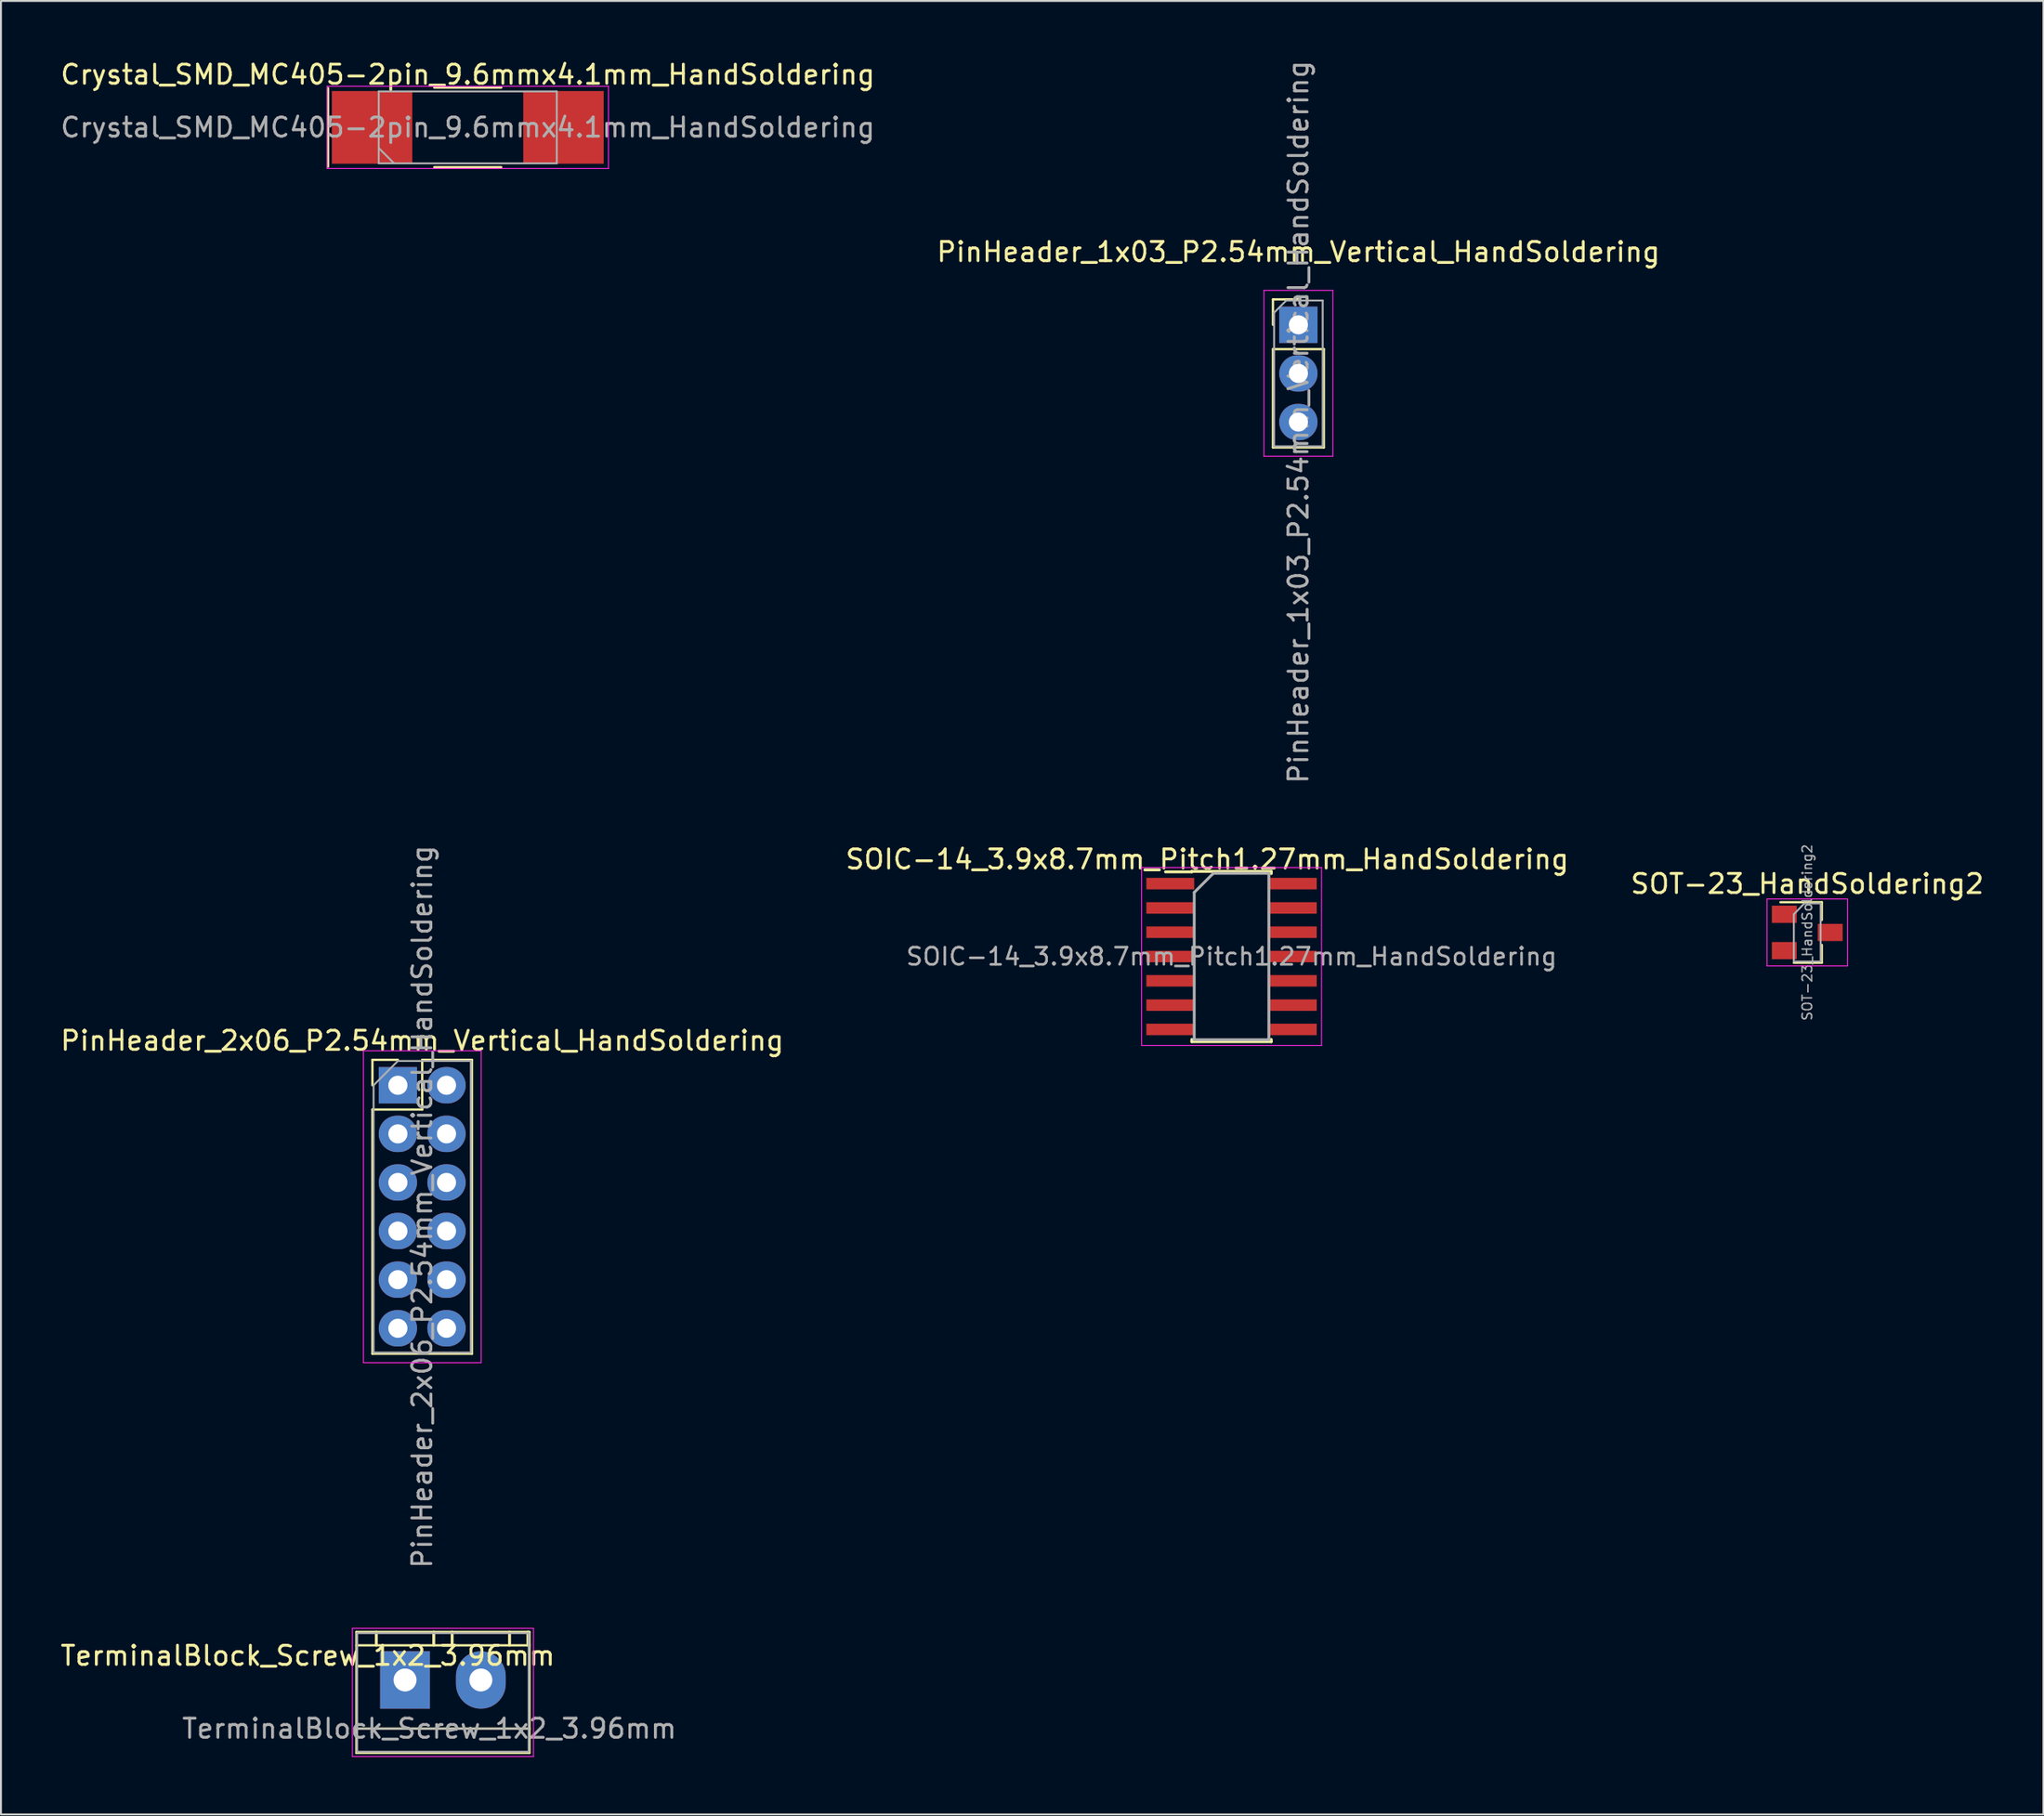
<source format=kicad_pcb>
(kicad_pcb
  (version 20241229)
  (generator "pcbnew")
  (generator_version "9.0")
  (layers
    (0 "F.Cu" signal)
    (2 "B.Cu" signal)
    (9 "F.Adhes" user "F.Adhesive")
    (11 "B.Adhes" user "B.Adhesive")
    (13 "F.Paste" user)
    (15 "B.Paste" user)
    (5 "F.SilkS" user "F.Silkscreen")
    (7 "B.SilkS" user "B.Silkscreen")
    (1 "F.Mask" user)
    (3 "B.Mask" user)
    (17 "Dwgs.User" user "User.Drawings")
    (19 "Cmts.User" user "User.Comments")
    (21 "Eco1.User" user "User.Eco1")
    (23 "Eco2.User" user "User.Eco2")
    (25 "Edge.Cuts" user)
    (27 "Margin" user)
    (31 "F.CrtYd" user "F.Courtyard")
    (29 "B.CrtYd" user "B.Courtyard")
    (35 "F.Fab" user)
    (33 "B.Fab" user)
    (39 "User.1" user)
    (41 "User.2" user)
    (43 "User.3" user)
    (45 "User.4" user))
  (footprint "SOT-23_HandSoldering2"
    (layer "F.Cu")
    (at 91.363 45.682)
    (property "Reference" "SOT-23_HandSoldering2" (at 0 -2.54 0) (layer "F.SilkS") (effects (font (size 1 1) (thickness 0.15))))
    (attr through_hole)
    (fp_line (start 0.76 -1.58) (end -1.4 -1.58) (stroke (width 0.12) (type solid)) (layer "F.SilkS"))
    (fp_line (start 0.76 -1.58) (end 0.76 -0.65) (stroke (width 0.12) (type solid)) (layer "F.SilkS"))
    (fp_line (start 0.76 1.58) (end -0.7 1.58) (stroke (width 0.12) (type solid)) (layer "F.SilkS"))
    (fp_line (start 0.76 1.58) (end 0.76 0.65) (stroke (width 0.12) (type solid)) (layer "F.SilkS"))
    (fp_line (start -2.1 -1.75) (end 2.1 -1.75) (stroke (width 0.05) (type solid)) (layer "F.CrtYd"))
    (fp_line (start -2.1 1.75) (end -2.1 -1.75) (stroke (width 0.05) (type solid)) (layer "F.CrtYd"))
    (fp_line (start 2.1 -1.75) (end 2.1 1.75) (stroke (width 0.05) (type solid)) (layer "F.CrtYd"))
    (fp_line (start 2.1 1.75) (end -2.1 1.75) (stroke (width 0.05) (type solid)) (layer "F.CrtYd"))
    (fp_line (start -0.7 -0.95) (end -0.7 1.5) (stroke (width 0.1) (type solid)) (layer "F.Fab"))
    (fp_line (start -0.7 -0.95) (end -0.15 -1.52) (stroke (width 0.1) (type solid)) (layer "F.Fab"))
    (fp_line (start -0.7 1.52) (end 0.7 1.52) (stroke (width 0.1) (type solid)) (layer "F.Fab"))
    (fp_line (start -0.15 -1.52) (end 0.7 -1.52) (stroke (width 0.1) (type solid)) (layer "F.Fab"))
    (fp_line (start 0.7 -1.52) (end 0.7 1.52) (stroke (width 0.1) (type solid)) (layer "F.Fab"))
    (fp_text user "${REFERENCE}" (at 0 0 90) (layer "F.Fab") (effects (font (size 0.5 0.5) (thickness 0.075))))
    (pad "1" smd rect (at -1.2 -0.95) (size 1.3 0.9) (layers "F.Cu" "F.Mask" "F.Paste"))
    (pad "2" smd rect (at -1.2 0.95) (size 1.3 0.9) (layers "F.Cu" "F.Mask" "F.Paste"))
    (pad "3" smd rect (at 1.2 0) (size 1.3 0.9) (layers "F.Cu" "F.Mask" "F.Paste")))
  (footprint "TerminalBlock_Screw_1x2_3.96mm"
    (layer "F.Cu")
    (at 18.11 84.749)
    (property "Reference" "TerminalBlock_Screw_1x2_3.96mm" (at -5.08 -1.27 0) (layer "F.SilkS") (effects (font (size 1 1) (thickness 0.15))))
    (attr through_hole)
    (fp_line (start -2.54 -2.51) (end -2.54 3.81) (stroke (width 0.12) (type solid)) (layer "F.SilkS"))
    (fp_line (start -2.54 -2.51) (end 6.5 -2.51) (stroke (width 0.12) (type solid)) (layer "F.SilkS"))
    (fp_line (start -2.54 -1.81) (end 6.5 -1.81) (stroke (width 0.12) (type solid)) (layer "F.SilkS"))
    (fp_line (start -2.54 2.54) (end 6.5 2.54) (stroke (width 0.12) (type solid)) (layer "F.SilkS"))
    (fp_line (start -2.54 3.81) (end 6.5 3.81) (stroke (width 0.12) (type solid)) (layer "F.SilkS"))
    (fp_line (start -1.5 -2.5) (end -1.5 -1.82) (stroke (width 0.15) (type solid)) (layer "F.SilkS"))
    (fp_line (start 1.5 -2.5) (end 1.5 -1.82) (stroke (width 0.15) (type solid)) (layer "F.SilkS"))
    (fp_line (start 2.46 -2.5) (end 2.46 -1.82) (stroke (width 0.15) (type solid)) (layer "F.SilkS"))
    (fp_line (start 5.46 -2.5) (end 5.46 -1.82) (stroke (width 0.15) (type solid)) (layer "F.SilkS"))
    (fp_line (start 6.42 -2.5) (end 6.42 -1.82) (stroke (width 0.15) (type solid)) (layer "F.SilkS"))
    (fp_line (start 6.5 3.81) (end 6.5 -2.51) (stroke (width 0.12) (type solid)) (layer "F.SilkS"))
    (fp_line (start -2.75 -2.7) (end -2.75 4) (stroke (width 0.05) (type solid)) (layer "F.CrtYd"))
    (fp_line (start -2.75 -2.7) (end 6.71 -2.7) (stroke (width 0.05) (type solid)) (layer "F.CrtYd"))
    (fp_line (start 6.71 4) (end -2.75 4) (stroke (width 0.05) (type solid)) (layer "F.CrtYd"))
    (fp_line (start 6.71 4) (end 6.71 -2.7) (stroke (width 0.05) (type solid)) (layer "F.CrtYd"))
    (fp_line (start -2.5 -2.45) (end -2.5 3.75) (stroke (width 0.1) (type solid)) (layer "F.Fab"))
    (fp_line (start -2.5 2.55) (end 6.46 2.55) (stroke (width 0.1) (type solid)) (layer "F.Fab"))
    (fp_line (start -2.5 3.75) (end 6.46 3.75) (stroke (width 0.1) (type solid)) (layer "F.Fab"))
    (fp_line (start 6.46 -2.45) (end -2.5 -2.45) (stroke (width 0.1) (type solid)) (layer "F.Fab"))
    (fp_line (start 6.46 3.75) (end 6.46 -2.45) (stroke (width 0.1) (type solid)) (layer "F.Fab"))
    (fp_text user "${REFERENCE}" (at 1.27 2.54 0) (layer "F.Fab") (effects (font (size 1 1) (thickness 0.15))))
    (pad "1" thru_hole rect (at 0 0) (size 2.6 3) (drill 1.2) (layers "*.Cu" "*.Mask"))
    (pad "2" thru_hole oval (at 3.96 0) (size 2.6 3) (drill 1.2) (layers "*.Cu" "*.Mask")))
  (footprint "PinHeader_2x06_P2.54mm_Vertical_HandSoldering"
    (layer "F.Cu")
    (at 17.736 53.668)
    (property "Reference" "PinHeader_2x06_P2.54mm_Vertical_HandSoldering" (at 1.27 -2.33 0) (layer "F.SilkS") (effects (font (size 1 1) (thickness 0.15))))
    (attr through_hole)
    (fp_line (start -1.33 -1.33) (end 0 -1.33) (stroke (width 0.12) (type solid)) (layer "F.SilkS"))
    (fp_line (start -1.33 0) (end -1.33 -1.33) (stroke (width 0.12) (type solid)) (layer "F.SilkS"))
    (fp_line (start -1.33 1.27) (end -1.33 14.03) (stroke (width 0.12) (type solid)) (layer "F.SilkS"))
    (fp_line (start -1.33 1.27) (end 1.27 1.27) (stroke (width 0.12) (type solid)) (layer "F.SilkS"))
    (fp_line (start -1.33 14.03) (end 3.87 14.03) (stroke (width 0.12) (type solid)) (layer "F.SilkS"))
    (fp_line (start 1.27 -1.33) (end 3.87 -1.33) (stroke (width 0.12) (type solid)) (layer "F.SilkS"))
    (fp_line (start 1.27 1.27) (end 1.27 -1.33) (stroke (width 0.12) (type solid)) (layer "F.SilkS"))
    (fp_line (start 3.87 -1.33) (end 3.87 14.03) (stroke (width 0.12) (type solid)) (layer "F.SilkS"))
    (fp_line (start -1.8 -1.8) (end -1.8 14.5) (stroke (width 0.05) (type solid)) (layer "F.CrtYd"))
    (fp_line (start -1.8 14.5) (end 4.35 14.5) (stroke (width 0.05) (type solid)) (layer "F.CrtYd"))
    (fp_line (start 4.35 -1.8) (end -1.8 -1.8) (stroke (width 0.05) (type solid)) (layer "F.CrtYd"))
    (fp_line (start 4.35 14.5) (end 4.35 -1.8) (stroke (width 0.05) (type solid)) (layer "F.CrtYd"))
    (fp_line (start -1.27 0) (end 0 -1.27) (stroke (width 0.1) (type solid)) (layer "F.Fab"))
    (fp_line (start -1.27 13.97) (end -1.27 0) (stroke (width 0.1) (type solid)) (layer "F.Fab"))
    (fp_line (start 0 -1.27) (end 3.81 -1.27) (stroke (width 0.1) (type solid)) (layer "F.Fab"))
    (fp_line (start 3.81 -1.27) (end 3.81 13.97) (stroke (width 0.1) (type solid)) (layer "F.Fab"))
    (fp_line (start 3.81 13.97) (end -1.27 13.97) (stroke (width 0.1) (type solid)) (layer "F.Fab"))
    (fp_text user "${REFERENCE}" (at 1.27 6.35 90) (layer "F.Fab") (effects (font (size 1 1) (thickness 0.15))))
    (pad "1" thru_hole rect (at 0 0) (size 2 1.9) (drill 1) (layers "*.Cu" "*.Mask"))
    (pad "2" thru_hole oval (at 2.54 0) (size 2 1.9) (drill 1) (layers "*.Cu" "*.Mask"))
    (pad "3" thru_hole oval (at 0 2.54) (size 2 1.9) (drill 1) (layers "*.Cu" "*.Mask"))
    (pad "4" thru_hole oval (at 2.54 2.54) (size 2 1.9) (drill 1) (layers "*.Cu" "*.Mask"))
    (pad "5" thru_hole oval (at 0 5.08) (size 2 1.9) (drill 1) (layers "*.Cu" "*.Mask"))
    (pad "6" thru_hole oval (at 2.54 5.08) (size 2 1.9) (drill 1) (layers "*.Cu" "*.Mask"))
    (pad "7" thru_hole oval (at 0 7.62) (size 2 1.9) (drill 1) (layers "*.Cu" "*.Mask"))
    (pad "8" thru_hole oval (at 2.54 7.62) (size 2 1.9) (drill 1) (layers "*.Cu" "*.Mask"))
    (pad "9" thru_hole oval (at 0 10.16) (size 2 1.9) (drill 1) (layers "*.Cu" "*.Mask"))
    (pad "10" thru_hole oval (at 2.54 10.16) (size 2 1.9) (drill 1) (layers "*.Cu" "*.Mask"))
    (pad "11" thru_hole oval (at 0 12.7) (size 2 1.9) (drill 1) (layers "*.Cu" "*.Mask"))
    (pad "12" thru_hole oval (at 2.54 12.7) (size 2 1.9) (drill 1) (layers "*.Cu" "*.Mask")))
  (footprint "SOIC-14_3.9x8.7mm_Pitch1.27mm_HandSoldering"
    (layer "F.Cu")
    (at 61.288 46.94)
    (property "Reference" "SOIC-14_3.9x8.7mm_Pitch1.27mm_HandSoldering" (at -1.27 -5.08 0) (layer "F.SilkS") (effects (font (size 1 1) (thickness 0.15))))
    (attr through_hole)
    (fp_line (start -2.075 -4.45) (end -2.075 -4.425) (stroke (width 0.15) (type solid)) (layer "F.SilkS"))
    (fp_line (start -2.075 -4.45) (end 2.075 -4.45) (stroke (width 0.15) (type solid)) (layer "F.SilkS"))
    (fp_line (start -2.075 -4.425) (end -3.45 -4.425) (stroke (width 0.15) (type solid)) (layer "F.SilkS"))
    (fp_line (start -2.075 4.45) (end -2.075 4.335) (stroke (width 0.15) (type solid)) (layer "F.SilkS"))
    (fp_line (start -2.075 4.45) (end 2.075 4.45) (stroke (width 0.15) (type solid)) (layer "F.SilkS"))
    (fp_line (start 2.075 -4.45) (end 2.075 -4.335) (stroke (width 0.15) (type solid)) (layer "F.SilkS"))
    (fp_line (start 2.075 4.45) (end 2.075 4.335) (stroke (width 0.15) (type solid)) (layer "F.SilkS"))
    (fp_line (start -4.7 -4.65) (end -4.7 4.65) (stroke (width 0.05) (type solid)) (layer "F.CrtYd"))
    (fp_line (start -4.7 -4.65) (end 4.7 -4.65) (stroke (width 0.05) (type solid)) (layer "F.CrtYd"))
    (fp_line (start -4.7 4.65) (end 4.7 4.65) (stroke (width 0.05) (type solid)) (layer "F.CrtYd"))
    (fp_line (start 4.7 -4.65) (end 4.7 4.65) (stroke (width 0.05) (type solid)) (layer "F.CrtYd"))
    (fp_line (start -1.95 -3.35) (end -0.95 -4.35) (stroke (width 0.15) (type solid)) (layer "F.Fab"))
    (fp_line (start -1.95 4.35) (end -1.95 -3.35) (stroke (width 0.15) (type solid)) (layer "F.Fab"))
    (fp_line (start -0.95 -4.35) (end 1.95 -4.35) (stroke (width 0.15) (type solid)) (layer "F.Fab"))
    (fp_line (start 1.95 -4.35) (end 1.95 4.35) (stroke (width 0.15) (type solid)) (layer "F.Fab"))
    (fp_line (start 1.95 4.35) (end -1.95 4.35) (stroke (width 0.15) (type solid)) (layer "F.Fab"))
    (fp_text user "${REFERENCE}" (at 0 0 0) (layer "F.Fab") (effects (font (size 0.9 0.9) (thickness 0.135))))
    (pad "1" smd rect (at -3.2 -3.81) (size 2.5 0.6) (layers "F.Cu" "F.Mask" "F.Paste"))
    (pad "2" smd rect (at -3.2 -2.54) (size 2.5 0.6) (layers "F.Cu" "F.Mask" "F.Paste"))
    (pad "3" smd rect (at -3.2 -1.27) (size 2.5 0.6) (layers "F.Cu" "F.Mask" "F.Paste"))
    (pad "4" smd rect (at -3.2 0) (size 2.5 0.6) (layers "F.Cu" "F.Mask" "F.Paste"))
    (pad "5" smd rect (at -3.2 1.27) (size 2.5 0.6) (layers "F.Cu" "F.Mask" "F.Paste"))
    (pad "6" smd rect (at -3.2 2.54) (size 2.5 0.6) (layers "F.Cu" "F.Mask" "F.Paste"))
    (pad "7" smd rect (at -3.2 3.81) (size 2.5 0.6) (layers "F.Cu" "F.Mask" "F.Paste"))
    (pad "8" smd rect (at 3.2 3.81) (size 2.5 0.6) (layers "F.Cu" "F.Mask" "F.Paste"))
    (pad "9" smd rect (at 3.2 2.54) (size 2.5 0.6) (layers "F.Cu" "F.Mask" "F.Paste"))
    (pad "10" smd rect (at 3.2 1.27) (size 2.5 0.6) (layers "F.Cu" "F.Mask" "F.Paste"))
    (pad "11" smd rect (at 3.2 0) (size 2.5 0.6) (layers "F.Cu" "F.Mask" "F.Paste"))
    (pad "12" smd rect (at 3.2 -1.27) (size 2.5 0.6) (layers "F.Cu" "F.Mask" "F.Paste"))
    (pad "13" smd rect (at 3.2 -2.54) (size 2.5 0.6) (layers "F.Cu" "F.Mask" "F.Paste"))
    (pad "14" smd rect (at 3.2 -3.81) (size 2.5 0.6) (layers "F.Cu" "F.Mask" "F.Paste")))
  (footprint "PinHeader_1x03_P2.54mm_Vertical_HandSoldering"
    (layer "F.Cu")
    (at 64.78 13.926)
    (property "Reference" "PinHeader_1x03_P2.54mm_Vertical_HandSoldering" (at 0 -3.81 0) (layer "F.SilkS") (effects (font (size 1 1) (thickness 0.15))))
    (attr through_hole)
    (fp_line (start -1.33 -1.33) (end 0 -1.33) (stroke (width 0.12) (type solid)) (layer "F.SilkS"))
    (fp_line (start -1.33 0) (end -1.33 -1.33) (stroke (width 0.12) (type solid)) (layer "F.SilkS"))
    (fp_line (start -1.33 1.27) (end -1.33 6.41) (stroke (width 0.12) (type solid)) (layer "F.SilkS"))
    (fp_line (start -1.33 1.27) (end 1.33 1.27) (stroke (width 0.12) (type solid)) (layer "F.SilkS"))
    (fp_line (start -1.33 6.41) (end 1.33 6.41) (stroke (width 0.12) (type solid)) (layer "F.SilkS"))
    (fp_line (start 1.33 1.27) (end 1.33 6.41) (stroke (width 0.12) (type solid)) (layer "F.SilkS"))
    (fp_line (start -1.8 -1.8) (end -1.8 6.87) (stroke (width 0.05) (type solid)) (layer "F.CrtYd"))
    (fp_line (start -1.8 6.87) (end 1.8 6.87) (stroke (width 0.05) (type solid)) (layer "F.CrtYd"))
    (fp_line (start 1.8 -1.8) (end -1.8 -1.8) (stroke (width 0.05) (type solid)) (layer "F.CrtYd"))
    (fp_line (start 1.8 6.87) (end 1.8 -1.8) (stroke (width 0.05) (type solid)) (layer "F.CrtYd"))
    (fp_line (start -1.27 -0.635) (end -0.635 -1.27) (stroke (width 0.1) (type solid)) (layer "F.Fab"))
    (fp_line (start -1.27 6.35) (end -1.27 -0.635) (stroke (width 0.1) (type solid)) (layer "F.Fab"))
    (fp_line (start -0.635 -1.27) (end 1.27 -1.27) (stroke (width 0.1) (type solid)) (layer "F.Fab"))
    (fp_line (start 1.27 -1.27) (end 1.27 6.35) (stroke (width 0.1) (type solid)) (layer "F.Fab"))
    (fp_line (start 1.27 6.35) (end -1.27 6.35) (stroke (width 0.1) (type solid)) (layer "F.Fab"))
    (fp_text user "${REFERENCE}" (at 0 5.08 90) (layer "F.Fab") (effects (font (size 1 1) (thickness 0.15))))
    (pad "1" thru_hole rect (at 0 0) (size 2 1.9) (drill 1) (layers "*.Cu" "*.Mask"))
    (pad "2" thru_hole oval (at 0 2.54) (size 2 1.9) (drill 1) (layers "*.Cu" "*.Mask"))
    (pad "3" thru_hole oval (at 0 5.08) (size 2 1.9) (drill 1) (layers "*.Cu" "*.Mask")))
  (footprint "Crystal_SMD_MC405-2pin_9.6mmx4.1mm_HandSoldering"
    (layer "F.Cu")
    (at 21.387 3.608)
    (property "Reference" "Crystal_SMD_MC405-2pin_9.6mmx4.1mm_HandSoldering" (at 0 -2.76 0) (layer "F.SilkS") (effects (font (size 1 1) (thickness 0.15))))
    (attr through_hole)
    (fp_line (start -7.3 -2.05) (end -7.3 2.05) (stroke (width 0.12) (type solid)) (layer "F.SilkS"))
    (fp_line (start -1.75 -2.08) (end 1.75 -2.08) (stroke (width 0.12) (type solid)) (layer "F.SilkS"))
    (fp_line (start -1.75 2.08) (end 1.75 2.08) (stroke (width 0.12) (type solid)) (layer "F.SilkS"))
    (fp_line (start -7.35 -2.15) (end -7.35 2.15) (stroke (width 0.05) (type solid)) (layer "F.CrtYd"))
    (fp_line (start -7.35 2.15) (end 7.35 2.15) (stroke (width 0.05) (type solid)) (layer "F.CrtYd"))
    (fp_line (start 7.35 -2.15) (end -7.35 -2.15) (stroke (width 0.05) (type solid)) (layer "F.CrtYd"))
    (fp_line (start 7.35 2.15) (end 7.35 -2.15) (stroke (width 0.05) (type solid)) (layer "F.CrtYd"))
    (fp_line (start -4.65 -1.88) (end -4.65 1.88) (stroke (width 0.1) (type solid)) (layer "F.Fab"))
    (fp_line (start -4.65 1.08) (end -3.85 1.88) (stroke (width 0.1) (type solid)) (layer "F.Fab"))
    (fp_line (start -4.65 1.88) (end 4.65 1.88) (stroke (width 0.1) (type solid)) (layer "F.Fab"))
    (fp_line (start 4.65 -1.88) (end -4.65 -1.88) (stroke (width 0.1) (type solid)) (layer "F.Fab"))
    (fp_line (start 4.65 1.88) (end 4.65 -1.88) (stroke (width 0.1) (type solid)) (layer "F.Fab"))
    (fp_text user "${REFERENCE}" (at 0 0 0) (layer "F.Fab") (effects (font (size 1 1) (thickness 0.15))))
    (pad "1" smd rect (at -5 0) (size 4.2 3.8) (layers "F.Cu" "F.Mask" "F.Paste"))
    (pad "2" smd rect (at 5 0) (size 4.2 3.8) (layers "F.Cu" "F.Mask" "F.Paste")))
  (gr_rect
    (start -3 -3)
    (end 103.702 91.774)
    (stroke (width 0.1) (type default))
    (fill no)
    (layer "Edge.Cuts")))
</source>
